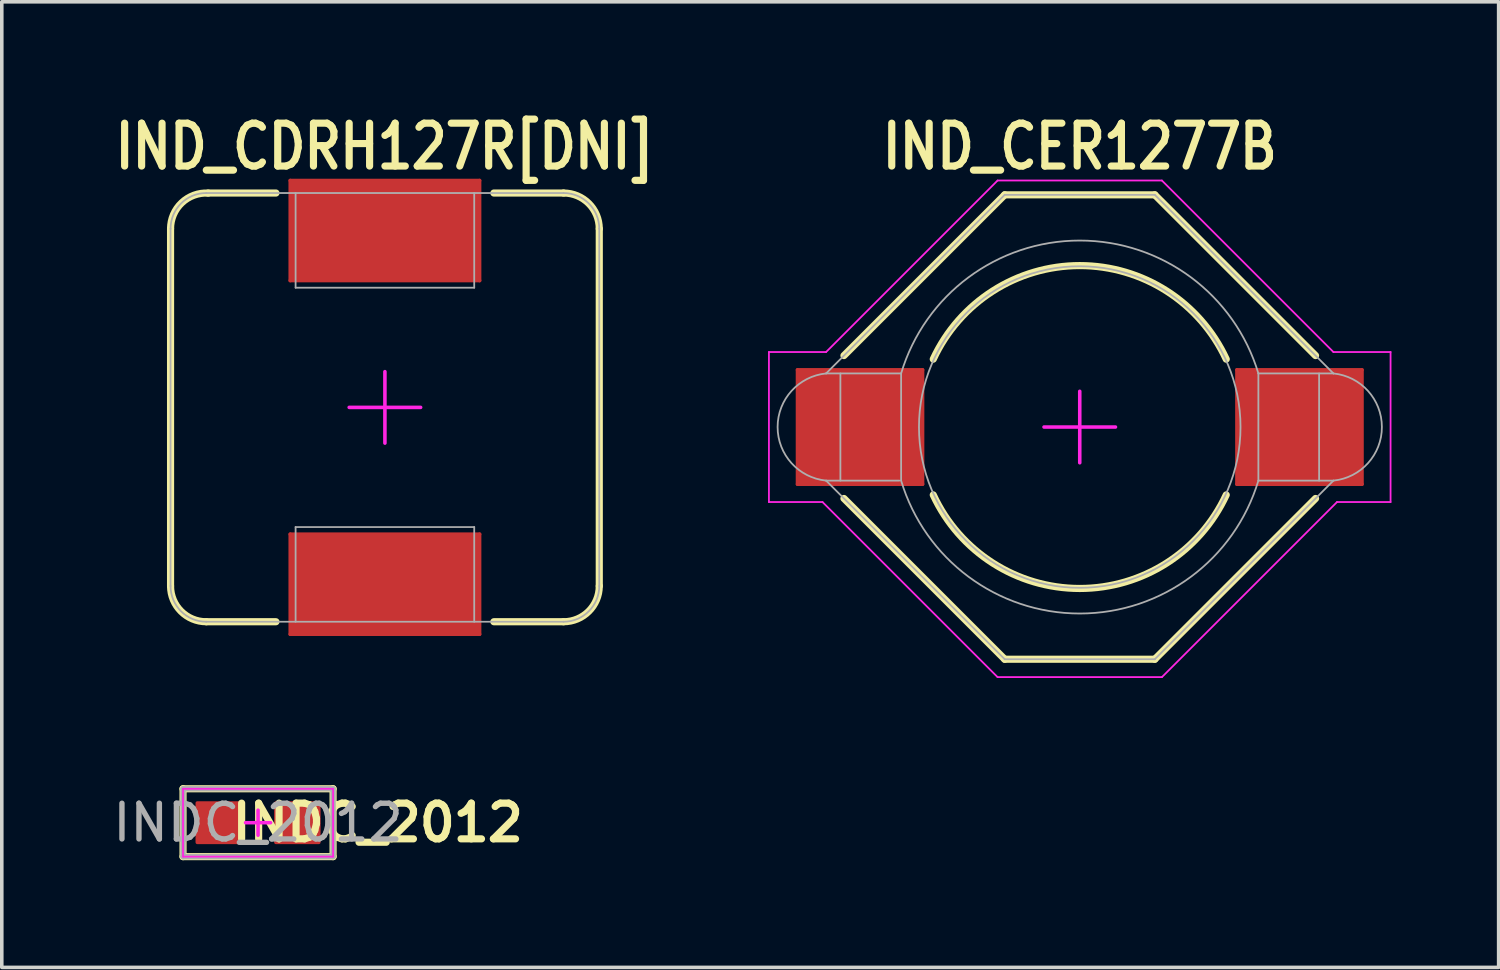
<source format=kicad_pcb>
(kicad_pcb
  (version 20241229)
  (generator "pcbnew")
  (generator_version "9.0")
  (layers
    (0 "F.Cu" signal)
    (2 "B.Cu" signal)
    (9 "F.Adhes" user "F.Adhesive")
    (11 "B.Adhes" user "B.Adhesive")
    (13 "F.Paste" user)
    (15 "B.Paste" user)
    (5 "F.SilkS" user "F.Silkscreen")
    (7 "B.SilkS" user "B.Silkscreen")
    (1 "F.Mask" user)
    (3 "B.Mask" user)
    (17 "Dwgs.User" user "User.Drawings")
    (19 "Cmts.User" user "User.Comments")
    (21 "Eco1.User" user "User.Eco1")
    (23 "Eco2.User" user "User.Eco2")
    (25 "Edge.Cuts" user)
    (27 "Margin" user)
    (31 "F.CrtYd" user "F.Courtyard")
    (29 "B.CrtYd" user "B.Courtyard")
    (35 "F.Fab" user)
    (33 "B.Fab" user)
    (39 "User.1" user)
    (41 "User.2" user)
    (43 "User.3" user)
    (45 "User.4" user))
  (footprint "IND_CER1277B"
    (layer "F.Cu")
    (at 27.173 8.903)
    (property "Reference" "IND_CER1277B" (at 0 -7.85 0) (layer "F.SilkS") (effects (font (size 1.2 1) (thickness 0.2))))
    (attr through_hole)
    (fp_line (start -7.9 -1.6) (end -4.4 -1.6) (stroke (width 0.1) (type solid)) (layer "F.Cu"))
    (fp_line (start -7.9 1.6) (end -7.9 -1.6) (stroke (width 0.1) (type solid)) (layer "F.Cu"))
    (fp_line (start -4.4 -1.6) (end -4.4 1.6) (stroke (width 0.1) (type solid)) (layer "F.Cu"))
    (fp_line (start -4.4 1.6) (end -7.9 1.6) (stroke (width 0.1) (type solid)) (layer "F.Cu"))
    (fp_line (start 4.4 -1.6) (end 7.9 -1.6) (stroke (width 0.1) (type solid)) (layer "F.Cu"))
    (fp_line (start 4.4 1.6) (end 4.4 -1.6) (stroke (width 0.1) (type solid)) (layer "F.Cu"))
    (fp_line (start 7.9 -1.6) (end 7.9 1.6) (stroke (width 0.1) (type solid)) (layer "F.Cu"))
    (fp_line (start 7.9 1.6) (end 4.4 1.6) (stroke (width 0.1) (type solid)) (layer "F.Cu"))
    (fp_line (start -7.9 -1.6) (end -4.4 -1.6) (stroke (width 0.3) (type solid)) (layer "F.Mask"))
    (fp_line (start -7.9 1.6) (end -7.9 -1.6) (stroke (width 0.3) (type solid)) (layer "F.Mask"))
    (fp_line (start -4.4 -1.6) (end -4.4 1.6) (stroke (width 0.3) (type solid)) (layer "F.Mask"))
    (fp_line (start -4.4 1.6) (end -7.9 1.6) (stroke (width 0.3) (type solid)) (layer "F.Mask"))
    (fp_line (start 4.4 -1.6) (end 7.9 -1.6) (stroke (width 0.3) (type solid)) (layer "F.Mask"))
    (fp_line (start 4.4 1.6) (end 4.4 -1.6) (stroke (width 0.3) (type solid)) (layer "F.Mask"))
    (fp_line (start 7.9 -1.6) (end 7.9 1.6) (stroke (width 0.3) (type solid)) (layer "F.Mask"))
    (fp_line (start 7.9 1.6) (end 4.4 1.6) (stroke (width 0.3) (type solid)) (layer "F.Mask"))
    (fp_line (start -2.1 -6.5) (end -6.6 -2) (stroke (width 0.2) (type solid)) (layer "F.SilkS"))
    (fp_line (start -2.1 -6.5) (end 2.1 -6.5) (stroke (width 0.2) (type solid)) (layer "F.SilkS"))
    (fp_line (start -2.1 6.5) (end -6.6 2) (stroke (width 0.2) (type solid)) (layer "F.SilkS"))
    (fp_line (start -2.1 6.5) (end 2.1 6.5) (stroke (width 0.2) (type solid)) (layer "F.SilkS"))
    (fp_line (start 2.1 -6.5) (end 6.6 -2) (stroke (width 0.2) (type solid)) (layer "F.SilkS"))
    (fp_line (start 2.1 6.5) (end 6.6 2) (stroke (width 0.2) (type solid)) (layer "F.SilkS"))
    (fp_arc (start -4.1 -1.9) (mid 0 -4.518849) (end 4.1 -1.9) (stroke (width 0.2) (type solid)) (layer "F.SilkS"))
    (fp_arc (start 4.1 1.9) (mid 0 4.518849) (end -4.1 1.9) (stroke (width 0.2) (type solid)) (layer "F.SilkS"))
    (fp_line (start -7.9 -1.6) (end -7.9 1.6) (stroke (width 0.05) (type solid)) (layer "F.Paste"))
    (fp_line (start -7.9 1.6) (end -4.4 1.6) (stroke (width 0.05) (type solid)) (layer "F.Paste"))
    (fp_line (start -4.4 -1.6) (end -7.9 -1.6) (stroke (width 0.05) (type solid)) (layer "F.Paste"))
    (fp_line (start -4.4 1.6) (end -4.4 -1.6) (stroke (width 0.05) (type solid)) (layer "F.Paste"))
    (fp_line (start 4.4 -1.6) (end 4.4 1.6) (stroke (width 0.05) (type solid)) (layer "F.Paste"))
    (fp_line (start 4.4 1.6) (end 7.9 1.6) (stroke (width 0.05) (type solid)) (layer "F.Paste"))
    (fp_line (start 7.9 -1.6) (end 4.4 -1.6) (stroke (width 0.05) (type solid)) (layer "F.Paste"))
    (fp_line (start 7.9 1.6) (end 7.9 -1.6) (stroke (width 0.05) (type solid)) (layer "F.Paste"))
    (fp_line (start -8.7 2.1) (end -8.7 -2.1) (stroke (width 0.05) (type solid)) (layer "F.CrtYd"))
    (fp_line (start -7.2 2.1) (end -8.7 2.1) (stroke (width 0.05) (type solid)) (layer "F.CrtYd"))
    (fp_line (start -7.1 -2.1) (end -8.7 -2.1) (stroke (width 0.05) (type solid)) (layer "F.CrtYd"))
    (fp_line (start -2.3 -6.9) (end -7.1 -2.1) (stroke (width 0.05) (type solid)) (layer "F.CrtYd"))
    (fp_line (start -2.3 7) (end -7.2 2.1) (stroke (width 0.05) (type solid)) (layer "F.CrtYd"))
    (fp_line (start -1 0) (end 1 0) (stroke (width 0.1) (type solid)) (layer "F.CrtYd"))
    (fp_line (start 0 -1) (end 0 1) (stroke (width 0.1) (type solid)) (layer "F.CrtYd"))
    (fp_line (start 2.3 -6.9) (end -2.3 -6.9) (stroke (width 0.05) (type solid)) (layer "F.CrtYd"))
    (fp_line (start 2.3 -6.9) (end 7.1 -2.1) (stroke (width 0.05) (type solid)) (layer "F.CrtYd"))
    (fp_line (start 2.3 7) (end -2.3 7) (stroke (width 0.05) (type solid)) (layer "F.CrtYd"))
    (fp_line (start 2.3 7) (end 7.2 2.1) (stroke (width 0.05) (type solid)) (layer "F.CrtYd"))
    (fp_line (start 7.1 -2.1) (end 8.7 -2.1) (stroke (width 0.05) (type solid)) (layer "F.CrtYd"))
    (fp_line (start 7.2 2.1) (end 8.7 2.1) (stroke (width 0.05) (type solid)) (layer "F.CrtYd"))
    (fp_line (start 8.7 -2.1) (end 8.7 2.1) (stroke (width 0.05) (type solid)) (layer "F.CrtYd"))
    (fp_line (start -7.1 -1.5) (end -5 -1.5) (stroke (width 0.05) (type solid)) (layer "F.Fab"))
    (fp_line (start -7.1 -1.5) (end -2.1 -6.5) (stroke (width 0.05) (type solid)) (layer "F.Fab"))
    (fp_line (start -6.7 -1.5) (end -6.7 1.5) (stroke (width 0.05) (type solid)) (layer "F.Fab"))
    (fp_line (start -5.05 1.5) (end -7.1 1.5) (stroke (width 0.05) (type solid)) (layer "F.Fab"))
    (fp_line (start -5 -1.5) (end -5 1.5) (stroke (width 0.05) (type solid)) (layer "F.Fab"))
    (fp_line (start -2.1 -6.5) (end 2.1 -6.5) (stroke (width 0.05) (type solid)) (layer "F.Fab"))
    (fp_line (start -2.1 6.5) (end -7.1 1.5) (stroke (width 0.05) (type solid)) (layer "F.Fab"))
    (fp_line (start -2.1 6.5) (end 2.1 6.5) (stroke (width 0.05) (type solid)) (layer "F.Fab"))
    (fp_line (start 2.1 -6.5) (end 7.1 -1.5) (stroke (width 0.05) (type solid)) (layer "F.Fab"))
    (fp_line (start 5 -1.5) (end 7.1 -1.5) (stroke (width 0.05) (type solid)) (layer "F.Fab"))
    (fp_line (start 5 1.5) (end 5 -1.5) (stroke (width 0.05) (type solid)) (layer "F.Fab"))
    (fp_line (start 6.7 -1.5) (end 6.7 1.5) (stroke (width 0.05) (type solid)) (layer "F.Fab"))
    (fp_line (start 7.1 1.5) (end 2.1 6.5) (stroke (width 0.05) (type solid)) (layer "F.Fab"))
    (fp_line (start 7.1 1.5) (end 5 1.5) (stroke (width 0.05) (type solid)) (layer "F.Fab"))
    (fp_arc (start -7.1 1.5) (mid -8.457481 -0.001594) (end -7.096827 -1.500314) (stroke (width 0.05) (type solid)) (layer "F.Fab"))
    (fp_arc (start -5 -1.5) (mid 0 -5.220153) (end 5 -1.499999) (stroke (width 0.05) (type solid)) (layer "F.Fab"))
    (fp_arc (start 5 1.5) (mid 0 5.220153) (end -5 1.499999) (stroke (width 0.05) (type solid)) (layer "F.Fab"))
    (fp_arc (start 7.1 -1.5) (mid 8.457481 -0.001037) (end 7.102063 1.499792) (stroke (width 0.05) (type solid)) (layer "F.Fab"))
    (fp_circle (center 0 0) (end -4.5 0) (stroke (width 0.05) (type solid)) (fill no) (layer "F.Fab"))
    (pad "1" smd rect (at -6.15 0) (size 3.5 3.2) (layers "F.Cu" "F.Mask" "F.Paste"))
    (pad "2" smd rect (at 6.15 0) (size 3.5 3.2) (layers "F.Cu" "F.Mask" "F.Paste")))
  (footprint "IND_CDRH127R[DNI]"
    (layer "F.Cu")
    (at 7.724 8.353)
    (property "Reference" "IND_CDRH127R[DNI]" (at 0 -7.3 0) (layer "F.SilkS") (effects (font (size 1.2 1) (thickness 0.2))))
    (attr through_hole)
    (fp_line (start -2.65 -6.35) (end 2.65 -6.35) (stroke (width 0.1) (type solid)) (layer "F.Cu"))
    (fp_line (start -2.65 -3.55) (end -2.65 -6.35) (stroke (width 0.1) (type solid)) (layer "F.Cu"))
    (fp_line (start -2.65 -3.55) (end 2.65 -3.55) (stroke (width 0.1) (type solid)) (layer "F.Cu"))
    (fp_line (start -2.65 3.55) (end 2.65 3.55) (stroke (width 0.1) (type solid)) (layer "F.Cu"))
    (fp_line (start -2.65 6.35) (end -2.65 3.55) (stroke (width 0.1) (type solid)) (layer "F.Cu"))
    (fp_line (start -2.65 6.35) (end 2.65 6.35) (stroke (width 0.1) (type solid)) (layer "F.Cu"))
    (fp_line (start 2.65 -3.55) (end 2.65 -6.35) (stroke (width 0.1) (type solid)) (layer "F.Cu"))
    (fp_line (start 2.65 6.35) (end 2.65 3.55) (stroke (width 0.1) (type solid)) (layer "F.Cu"))
    (fp_line (start -2.65 -6.35) (end 2.65 -6.35) (stroke (width 0.3) (type solid)) (layer "F.Mask"))
    (fp_line (start -2.65 -3.55) (end -2.65 -6.35) (stroke (width 0.3) (type solid)) (layer "F.Mask"))
    (fp_line (start -2.65 -3.55) (end 2.65 -3.55) (stroke (width 0.3) (type solid)) (layer "F.Mask"))
    (fp_line (start -2.65 3.55) (end 2.65 3.55) (stroke (width 0.3) (type solid)) (layer "F.Mask"))
    (fp_line (start -2.65 6.35) (end -2.65 3.55) (stroke (width 0.3) (type solid)) (layer "F.Mask"))
    (fp_line (start -2.65 6.35) (end 2.65 6.35) (stroke (width 0.3) (type solid)) (layer "F.Mask"))
    (fp_line (start 2.65 -3.55) (end 2.65 -6.35) (stroke (width 0.3) (type solid)) (layer "F.Mask"))
    (fp_line (start 2.65 6.35) (end 2.65 3.55) (stroke (width 0.3) (type solid)) (layer "F.Mask"))
    (fp_line (start -6 -5) (end -6 5) (stroke (width 0.2) (type solid)) (layer "F.SilkS"))
    (fp_line (start -5 6) (end -3.05 6) (stroke (width 0.2) (type solid)) (layer "F.SilkS"))
    (fp_line (start -4.95 -6) (end -3.05 -6) (stroke (width 0.2) (type solid)) (layer "F.SilkS"))
    (fp_line (start 3.05 6) (end 5 6) (stroke (width 0.2) (type solid)) (layer "F.SilkS"))
    (fp_line (start 5 -6) (end 3.05 -6) (stroke (width 0.2) (type solid)) (layer "F.SilkS"))
    (fp_line (start 6 5) (end 6 -5) (stroke (width 0.2) (type solid)) (layer "F.SilkS"))
    (fp_arc (start -6 -5) (mid -5.688274 -5.725451) (end -4.947441 -5.998618) (stroke (width 0.2) (type solid)) (layer "F.SilkS"))
    (fp_arc (start -5 6) (mid -5.707107 5.707107) (end -6 5) (stroke (width 0.2) (type solid)) (layer "F.SilkS"))
    (fp_arc (start 5 -6) (mid 5.707107 -5.707107) (end 6 -5) (stroke (width 0.2) (type solid)) (layer "F.SilkS"))
    (fp_arc (start 6 5) (mid 5.707107 5.707107) (end 5 6) (stroke (width 0.2) (type solid)) (layer "F.SilkS"))
    (fp_line (start -2.65 -6.35) (end -2.65 -3.55) (stroke (width 0.05) (type solid)) (layer "F.Paste"))
    (fp_line (start -2.65 3.55) (end -2.65 6.35) (stroke (width 0.05) (type solid)) (layer "F.Paste"))
    (fp_line (start 2.65 -6.35) (end -2.65 -6.35) (stroke (width 0.05) (type solid)) (layer "F.Paste"))
    (fp_line (start 2.65 -6.35) (end 2.65 -3.55) (stroke (width 0.05) (type solid)) (layer "F.Paste"))
    (fp_line (start 2.65 -3.55) (end -2.65 -3.55) (stroke (width 0.05) (type solid)) (layer "F.Paste"))
    (fp_line (start 2.65 3.55) (end -2.65 3.55) (stroke (width 0.05) (type solid)) (layer "F.Paste"))
    (fp_line (start 2.65 3.55) (end 2.65 6.35) (stroke (width 0.05) (type solid)) (layer "F.Paste"))
    (fp_line (start 2.65 6.35) (end -2.65 6.35) (stroke (width 0.05) (type solid)) (layer "F.Paste"))
    (fp_line (start -1 0) (end 1 0) (stroke (width 0.1) (type solid)) (layer "F.CrtYd"))
    (fp_line (start 0 -1) (end 0 1) (stroke (width 0.1) (type solid)) (layer "F.CrtYd"))
    (fp_line (start -6 5) (end -6 -5) (stroke (width 0.05) (type solid)) (layer "F.Fab"))
    (fp_line (start -5 -6) (end 5 -6) (stroke (width 0.05) (type solid)) (layer "F.Fab"))
    (fp_line (start -2.5 -3.35) (end -2.5 -6) (stroke (width 0.05) (type solid)) (layer "F.Fab"))
    (fp_line (start -2.5 -3.35) (end 2.5 -3.35) (stroke (width 0.05) (type solid)) (layer "F.Fab"))
    (fp_line (start -2.5 3.35) (end 2.5 3.35) (stroke (width 0.05) (type solid)) (layer "F.Fab"))
    (fp_line (start -2.5 6) (end -2.5 3.35) (stroke (width 0.05) (type solid)) (layer "F.Fab"))
    (fp_line (start 2.5 -3.35) (end 2.5 -6) (stroke (width 0.05) (type solid)) (layer "F.Fab"))
    (fp_line (start 2.5 3.35) (end 2.5 6) (stroke (width 0.05) (type solid)) (layer "F.Fab"))
    (fp_line (start 5 6) (end -5 6) (stroke (width 0.05) (type solid)) (layer "F.Fab"))
    (fp_line (start 6 -5) (end 6 5) (stroke (width 0.05) (type solid)) (layer "F.Fab"))
    (fp_arc (start -6 -5) (mid -5.707107 -5.707107) (end -5 -6) (stroke (width 0.05) (type solid)) (layer "F.Fab"))
    (fp_arc (start -5 6) (mid -5.707107 5.707107) (end -6 5) (stroke (width 0.05) (type solid)) (layer "F.Fab"))
    (fp_arc (start 5 -6) (mid 5.707107 -5.707107) (end 6 -5) (stroke (width 0.05) (type solid)) (layer "F.Fab"))
    (fp_arc (start 6 5) (mid 5.707107 5.707107) (end 5 6) (stroke (width 0.05) (type solid)) (layer "F.Fab"))
    (pad "1" smd rect (at 0 -4.95) (size 5.3 2.8) (layers "F.Cu" "F.Mask" "F.Paste"))
    (pad "2" smd rect (at 0 4.95) (size 5.3 2.8) (layers "F.Cu" "F.Mask" "F.Paste")))
  (footprint "INDC_2012"
    (layer "F.Cu")
    (at 4.173 19.978)
    (property "Reference" "INDC_2012" (at 3.35 0 0) (layer "F.SilkS") (effects (font (size 1 1) (thickness 0.2))))
    (attr through_hole)
    (fp_line (start -2.1 -0.95) (end 2.1 -0.95) (stroke (width 0.2) (type solid)) (layer "F.SilkS"))
    (fp_line (start -2.1 0.95) (end -2.1 -0.95) (stroke (width 0.2) (type solid)) (layer "F.SilkS"))
    (fp_line (start -2.1 0.95) (end 2.1 0.95) (stroke (width 0.2) (type solid)) (layer "F.SilkS"))
    (fp_line (start 2.1 -0.95) (end 2.1 0.95) (stroke (width 0.2) (type solid)) (layer "F.SilkS"))
    (fp_line (start -2.1 -0.95) (end 2.1 -0.95) (stroke (width 0.05) (type solid)) (layer "F.CrtYd"))
    (fp_line (start -2.1 0.95) (end -2.1 -0.95) (stroke (width 0.05) (type solid)) (layer "F.CrtYd"))
    (fp_line (start -0.35 0) (end 0.35 0) (stroke (width 0.1) (type solid)) (layer "F.CrtYd"))
    (fp_line (start 0 -0.35) (end 0 0.35) (stroke (width 0.1) (type solid)) (layer "F.CrtYd"))
    (fp_line (start 2.1 -0.95) (end 2.1 0.95) (stroke (width 0.05) (type solid)) (layer "F.CrtYd"))
    (fp_line (start 2.1 0.95) (end -2.1 0.95) (stroke (width 0.05) (type solid)) (layer "F.CrtYd"))
    (fp_line (start -2.1 -0.95) (end -2.1 0.95) (stroke (width 0.15) (type solid)) (layer "F.Fab"))
    (fp_line (start -2.1 0.95) (end 2.1 0.95) (stroke (width 0.15) (type solid)) (layer "F.Fab"))
    (fp_line (start 2.1 -0.95) (end -2.1 -0.95) (stroke (width 0.15) (type solid)) (layer "F.Fab"))
    (fp_line (start 2.1 0.95) (end 2.1 -0.95) (stroke (width 0.15) (type solid)) (layer "F.Fab"))
    (fp_text user "${REFERENCE}" (at 0 0 0) (layer "F.Fab") (effects (font (size 1 1) (thickness 0.15))))
    (pad "1" smd roundrect (at -1.1 0) (size 1.3 1.2) (layers "F.Cu" "F.Mask" "F.Paste") (roundrect_rratio 0.042))
    (pad "2" smd roundrect (at 1.1 0) (size 1.3 1.2) (layers "F.Cu" "F.Mask" "F.Paste") (roundrect_rratio 0.042)))
  (gr_rect
    (start -3 -3)
    (end 38.898 24.028)
    (stroke (width 0.1) (type default))
    (fill no)
    (layer "Edge.Cuts")))
</source>
